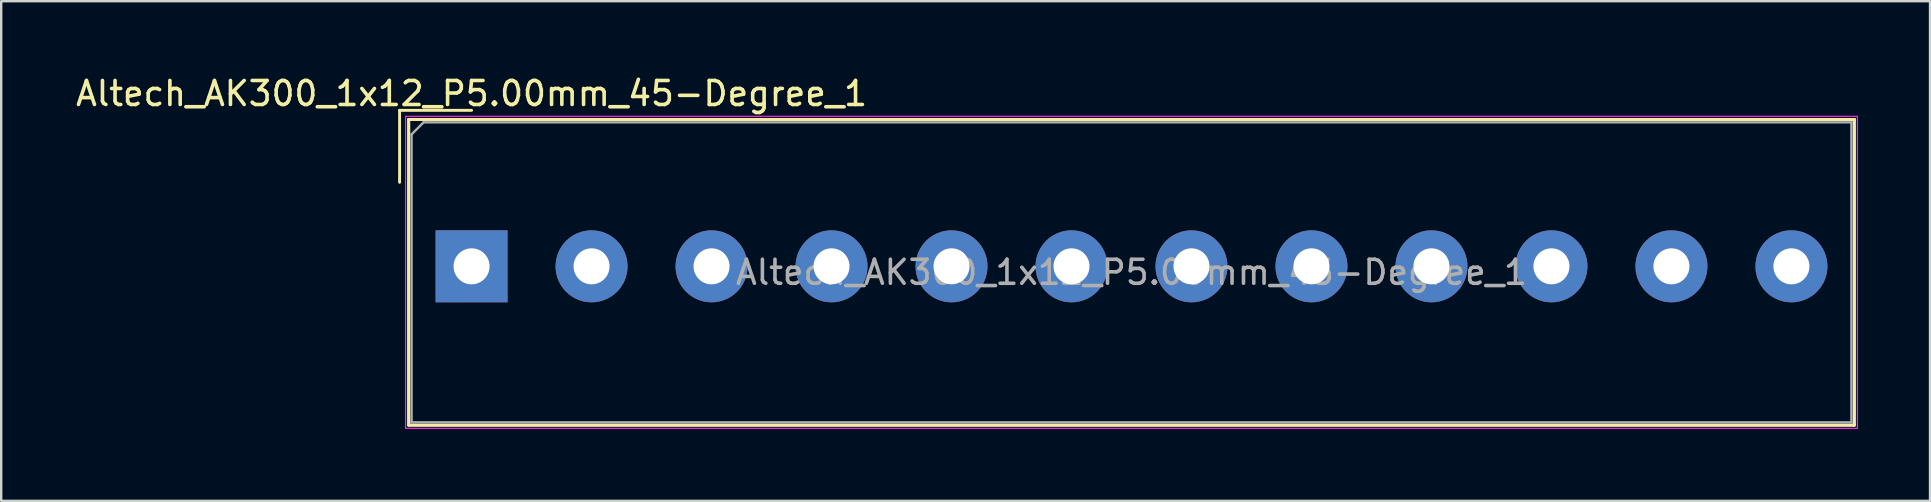
<source format=kicad_pcb>
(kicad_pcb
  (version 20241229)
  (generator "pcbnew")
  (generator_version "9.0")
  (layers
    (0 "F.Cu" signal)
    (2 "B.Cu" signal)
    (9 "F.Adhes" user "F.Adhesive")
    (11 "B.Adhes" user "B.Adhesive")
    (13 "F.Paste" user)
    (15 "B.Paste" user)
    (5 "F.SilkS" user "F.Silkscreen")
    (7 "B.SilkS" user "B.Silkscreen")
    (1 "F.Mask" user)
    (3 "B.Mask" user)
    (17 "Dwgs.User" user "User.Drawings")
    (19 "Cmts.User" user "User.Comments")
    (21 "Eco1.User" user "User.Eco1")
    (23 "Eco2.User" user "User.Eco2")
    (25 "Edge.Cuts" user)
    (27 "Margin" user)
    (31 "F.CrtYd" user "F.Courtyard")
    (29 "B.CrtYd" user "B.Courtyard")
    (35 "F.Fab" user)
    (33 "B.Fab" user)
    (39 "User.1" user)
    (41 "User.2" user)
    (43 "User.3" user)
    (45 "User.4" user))
  (footprint "Altech_AK300_1x12_P5.00mm_45-Degree_1"
    (layer "F.Cu")
    (at 16.601 8.048)
    (property "Reference" "Altech_AK300_1x12_P5.00mm_45-Degree_1" (at 0 -7.2 0) (layer "F.SilkS") (effects (font (size 1 1) (thickness 0.15))))
    (attr through_hole)
    (fp_line (start -3 -6.5) (end 0 -6.5) (stroke (width 0.12) (type solid)) (layer "F.SilkS"))
    (fp_line (start -3 -3.5) (end -3 -6.5) (stroke (width 0.12) (type solid)) (layer "F.SilkS"))
    (fp_line (start -2.62 -6.12) (end -2.62 6.62) (stroke (width 0.12) (type solid)) (layer "F.SilkS"))
    (fp_line (start -2.62 -6.12) (end -2.62 6.62) (stroke (width 0.12) (type solid)) (layer "F.SilkS"))
    (fp_line (start -2.62 -6.12) (end 57.62 -6.12) (stroke (width 0.12) (type solid)) (layer "F.SilkS"))
    (fp_line (start -2.62 -6.12) (end 57.62 -6.12) (stroke (width 0.12) (type solid)) (layer "F.SilkS"))
    (fp_line (start -2.62 6.62) (end 57.62 6.62) (stroke (width 0.12) (type solid)) (layer "F.SilkS"))
    (fp_line (start -2.62 6.62) (end 57.62 6.62) (stroke (width 0.12) (type solid)) (layer "F.SilkS"))
    (fp_line (start 57.62 -6.12) (end 57.62 6.62) (stroke (width 0.12) (type solid)) (layer "F.SilkS"))
    (fp_line (start 57.62 -6.12) (end 57.62 6.62) (stroke (width 0.12) (type solid)) (layer "F.SilkS"))
    (fp_line (start -2.75 -6.25) (end -2.75 6.75) (stroke (width 0.05) (type solid)) (layer "F.CrtYd"))
    (fp_line (start -2.75 -6.25) (end 57.75 -6.25) (stroke (width 0.05) (type solid)) (layer "F.CrtYd"))
    (fp_line (start -2.75 6.75) (end 57.75 6.75) (stroke (width 0.05) (type solid)) (layer "F.CrtYd"))
    (fp_line (start 57.75 -6.25) (end 57.75 6.75) (stroke (width 0.05) (type solid)) (layer "F.CrtYd"))
    (fp_line (start -2.5 -5.5) (end -2 -6) (stroke (width 0.1) (type solid)) (layer "F.Fab"))
    (fp_line (start -2.5 6.5) (end -2.5 -5.5) (stroke (width 0.1) (type solid)) (layer "F.Fab"))
    (fp_line (start -2 -6) (end 57.5 -6) (stroke (width 0.1) (type solid)) (layer "F.Fab"))
    (fp_line (start 57.5 -6) (end 57.5 6.5) (stroke (width 0.1) (type solid)) (layer "F.Fab"))
    (fp_line (start 57.5 6.5) (end -2.5 6.5) (stroke (width 0.1) (type solid)) (layer "F.Fab"))
    (fp_text user "${REFERENCE}" (at 27.5 0.25 0) (layer "F.Fab") (effects (font (size 1 1) (thickness 0.15))))
    (pad "1" thru_hole rect (at 0 0) (size 3 3) (drill 1.5) (layers "*.Cu" "*.Mask"))
    (pad "2" thru_hole circle (at 5 0) (size 3 3) (drill 1.5) (layers "*.Cu" "*.Mask"))
    (pad "3" thru_hole circle (at 10 0) (size 3 3) (drill 1.5) (layers "*.Cu" "*.Mask"))
    (pad "4" thru_hole circle (at 15 0) (size 3 3) (drill 1.5) (layers "*.Cu" "*.Mask"))
    (pad "5" thru_hole circle (at 20 0) (size 3 3) (drill 1.5) (layers "*.Cu" "*.Mask"))
    (pad "6" thru_hole circle (at 25 0) (size 3 3) (drill 1.5) (layers "*.Cu" "*.Mask"))
    (pad "7" thru_hole circle (at 30 0) (size 3 3) (drill 1.5) (layers "*.Cu" "*.Mask"))
    (pad "8" thru_hole circle (at 35 0) (size 3 3) (drill 1.5) (layers "*.Cu" "*.Mask"))
    (pad "9" thru_hole circle (at 40 0) (size 3 3) (drill 1.5) (layers "*.Cu" "*.Mask"))
    (pad "10" thru_hole circle (at 45 0) (size 3 3) (drill 1.5) (layers "*.Cu" "*.Mask"))
    (pad "11" thru_hole circle (at 50 0) (size 3 3) (drill 1.5) (layers "*.Cu" "*.Mask"))
    (pad "12" thru_hole circle (at 55 0) (size 3 3) (drill 1.5) (layers "*.Cu" "*.Mask")))
  (gr_rect
    (start -3 -3)
    (end 77.376 17.823)
    (stroke (width 0.1) (type default))
    (fill no)
    (layer "Edge.Cuts")))
</source>
